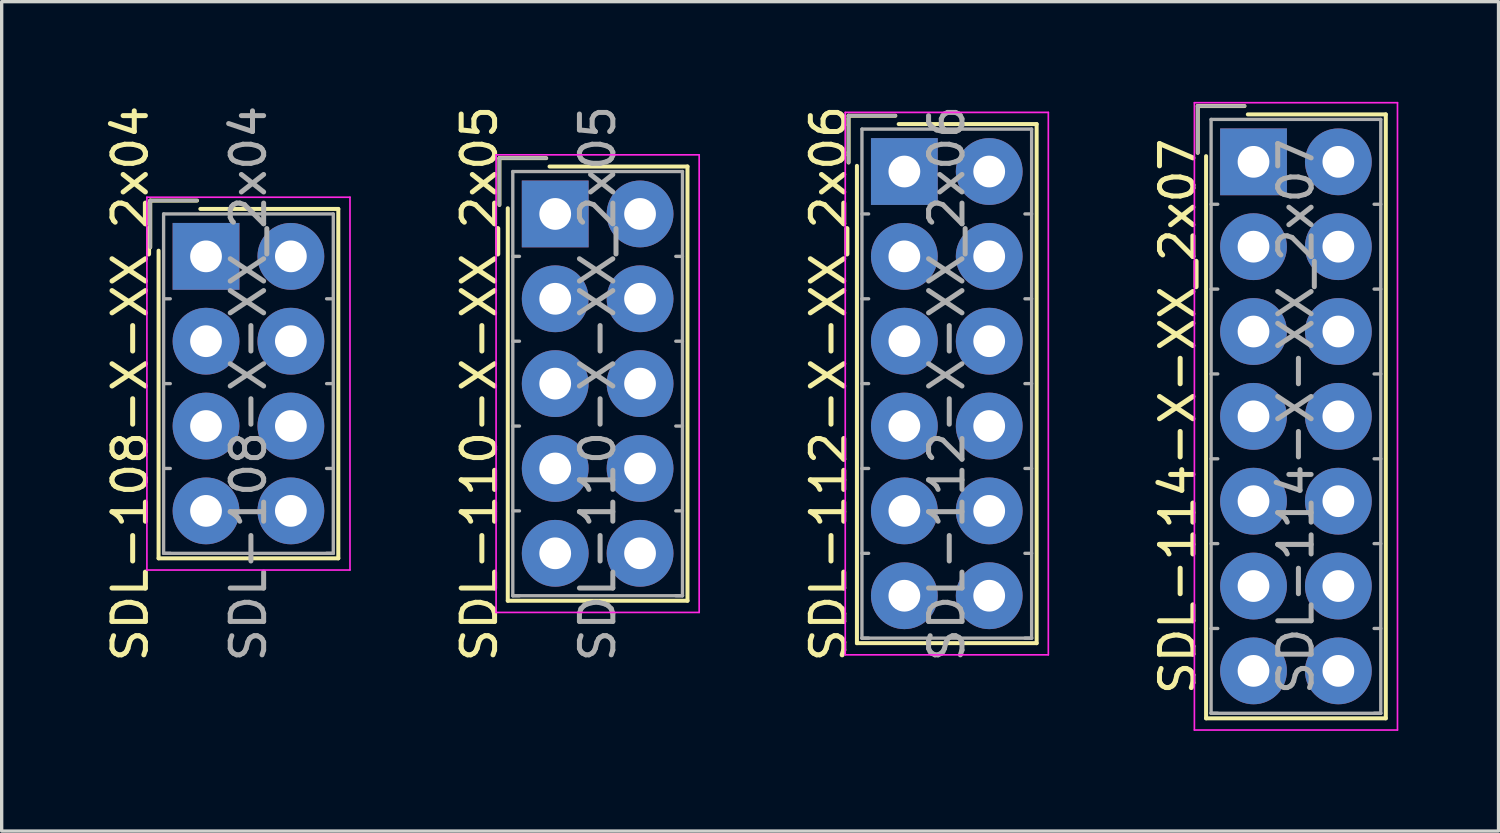
<source format=kicad_pcb>
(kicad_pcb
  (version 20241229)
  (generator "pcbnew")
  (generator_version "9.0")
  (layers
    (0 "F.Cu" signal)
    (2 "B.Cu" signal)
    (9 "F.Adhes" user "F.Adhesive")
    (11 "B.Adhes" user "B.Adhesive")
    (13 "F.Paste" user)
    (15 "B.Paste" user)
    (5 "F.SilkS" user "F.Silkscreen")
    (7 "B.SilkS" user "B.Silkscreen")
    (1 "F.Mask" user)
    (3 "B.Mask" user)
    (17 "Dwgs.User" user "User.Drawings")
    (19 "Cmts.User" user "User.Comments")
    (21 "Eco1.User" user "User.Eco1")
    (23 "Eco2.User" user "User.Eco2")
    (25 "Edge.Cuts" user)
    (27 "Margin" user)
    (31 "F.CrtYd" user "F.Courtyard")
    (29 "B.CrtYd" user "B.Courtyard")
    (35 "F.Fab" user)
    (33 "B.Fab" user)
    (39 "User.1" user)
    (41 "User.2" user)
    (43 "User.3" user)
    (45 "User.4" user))
  (footprint "SDL-110-X-XX_2x05"
    (layer "F.Cu")
    (at 13.572 3.355)
    (property "Reference" "SDL-110-X-XX_2x05" (at -2.27 5.08 90) (layer "F.SilkS") (effects (font (size 1 1) (thickness 0.15))))
    (attr through_hole)
    (fp_line (start -1.67 -1.67) (end -1.67 -0.27) (stroke (width 0.12) (type solid)) (layer "F.SilkS"))
    (fp_line (start -1.42 11.58) (end -1.42 -0.17) (stroke (width 0.12) (type solid)) (layer "F.SilkS"))
    (fp_line (start -0.27 -1.67) (end -1.67 -1.67) (stroke (width 0.12) (type solid)) (layer "F.SilkS"))
    (fp_line (start -0.17 -1.42) (end 3.96 -1.42) (stroke (width 0.12) (type solid)) (layer "F.SilkS"))
    (fp_line (start 3.96 -1.42) (end 3.96 11.58) (stroke (width 0.12) (type solid)) (layer "F.SilkS"))
    (fp_line (start 3.96 11.58) (end -1.42 11.58) (stroke (width 0.12) (type solid)) (layer "F.SilkS"))
    (fp_line (start -1.77 -1.77) (end -1.77 11.93) (stroke (width 0.05) (type solid)) (layer "F.CrtYd"))
    (fp_line (start -1.77 11.93) (end 4.31 11.93) (stroke (width 0.05) (type solid)) (layer "F.CrtYd"))
    (fp_line (start 4.31 -1.77) (end -1.77 -1.77) (stroke (width 0.05) (type solid)) (layer "F.CrtYd"))
    (fp_line (start 4.31 11.93) (end 4.31 -1.77) (stroke (width 0.05) (type solid)) (layer "F.CrtYd"))
    (fp_line (start -1.67 -1.67) (end -1.67 -0.27) (stroke (width 0.1) (type solid)) (layer "F.Fab"))
    (fp_line (start -1.27 -1.27) (end -1.27 11.43) (stroke (width 0.1) (type solid)) (layer "F.Fab"))
    (fp_line (start -1.27 1.27) (end -1.07 1.27) (stroke (width 0.1) (type solid)) (layer "F.Fab"))
    (fp_line (start -1.27 3.81) (end -1.07 3.81) (stroke (width 0.1) (type solid)) (layer "F.Fab"))
    (fp_line (start -1.27 6.35) (end -1.07 6.35) (stroke (width 0.1) (type solid)) (layer "F.Fab"))
    (fp_line (start -1.27 8.89) (end -1.07 8.89) (stroke (width 0.1) (type solid)) (layer "F.Fab"))
    (fp_line (start -1.27 11.43) (end -1.07 11.43) (stroke (width 0.1) (type solid)) (layer "F.Fab"))
    (fp_line (start -1.27 11.43) (end 3.81 11.43) (stroke (width 0.1) (type solid)) (layer "F.Fab"))
    (fp_line (start -0.27 -1.67) (end -1.67 -1.67) (stroke (width 0.1) (type solid)) (layer "F.Fab"))
    (fp_line (start 3.81 -1.27) (end -1.27 -1.27) (stroke (width 0.1) (type solid)) (layer "F.Fab"))
    (fp_line (start 3.81 1.27) (end 3.61 1.27) (stroke (width 0.1) (type solid)) (layer "F.Fab"))
    (fp_line (start 3.81 3.81) (end 3.61 3.81) (stroke (width 0.1) (type solid)) (layer "F.Fab"))
    (fp_line (start 3.81 6.35) (end 3.61 6.35) (stroke (width 0.1) (type solid)) (layer "F.Fab"))
    (fp_line (start 3.81 8.89) (end 3.61 8.89) (stroke (width 0.1) (type solid)) (layer "F.Fab"))
    (fp_line (start 3.81 11.43) (end 3.61 11.43) (stroke (width 0.1) (type solid)) (layer "F.Fab"))
    (fp_line (start 3.81 11.43) (end 3.81 -1.27) (stroke (width 0.1) (type solid)) (layer "F.Fab"))
    (fp_text user "${REFERENCE}" (at 1.27 5.08 90) (layer "F.Fab") (effects (font (size 1 1) (thickness 0.15))))
    (pad "1" thru_hole rect (at 0 0) (size 2 2) (drill 0.95) (layers "*.Cu" "*.Mask"))
    (pad "2" thru_hole circle (at 2.54 0) (size 2 2) (drill 0.95) (layers "*.Cu" "*.Mask"))
    (pad "3" thru_hole circle (at 0 2.54) (size 2 2) (drill 0.95) (layers "*.Cu" "*.Mask"))
    (pad "4" thru_hole circle (at 2.54 2.54) (size 2 2) (drill 0.95) (layers "*.Cu" "*.Mask"))
    (pad "5" thru_hole circle (at 0 5.08) (size 2 2) (drill 0.95) (layers "*.Cu" "*.Mask"))
    (pad "6" thru_hole circle (at 2.54 5.08) (size 2 2) (drill 0.95) (layers "*.Cu" "*.Mask"))
    (pad "7" thru_hole circle (at 0 7.62) (size 2 2) (drill 0.95) (layers "*.Cu" "*.Mask"))
    (pad "8" thru_hole circle (at 2.54 7.62) (size 2 2) (drill 0.95) (layers "*.Cu" "*.Mask"))
    (pad "9" thru_hole circle (at 0 10.16) (size 2 2) (drill 0.95) (layers "*.Cu" "*.Mask"))
    (pad "10" thru_hole circle (at 2.54 10.16) (size 2 2) (drill 0.95) (layers "*.Cu" "*.Mask")))
  (footprint "SDL-114-X-XX_2x07"
    (layer "F.Cu")
    (at 34.478 1.795)
    (property "Reference" "SDL-114-X-XX_2x07" (at -2.27 7.62 90) (layer "F.SilkS") (effects (font (size 1 1) (thickness 0.15))))
    (attr through_hole)
    (fp_line (start -1.67 -1.67) (end -1.67 -0.27) (stroke (width 0.12) (type solid)) (layer "F.SilkS"))
    (fp_line (start -1.42 16.66) (end -1.42 -0.17) (stroke (width 0.12) (type solid)) (layer "F.SilkS"))
    (fp_line (start -0.27 -1.67) (end -1.67 -1.67) (stroke (width 0.12) (type solid)) (layer "F.SilkS"))
    (fp_line (start -0.17 -1.42) (end 3.96 -1.42) (stroke (width 0.12) (type solid)) (layer "F.SilkS"))
    (fp_line (start 3.96 -1.42) (end 3.96 16.66) (stroke (width 0.12) (type solid)) (layer "F.SilkS"))
    (fp_line (start 3.96 16.66) (end -1.42 16.66) (stroke (width 0.12) (type solid)) (layer "F.SilkS"))
    (fp_line (start -1.77 -1.77) (end -1.77 17.01) (stroke (width 0.05) (type solid)) (layer "F.CrtYd"))
    (fp_line (start -1.77 17.01) (end 4.31 17.01) (stroke (width 0.05) (type solid)) (layer "F.CrtYd"))
    (fp_line (start 4.31 -1.77) (end -1.77 -1.77) (stroke (width 0.05) (type solid)) (layer "F.CrtYd"))
    (fp_line (start 4.31 17.01) (end 4.31 -1.77) (stroke (width 0.05) (type solid)) (layer "F.CrtYd"))
    (fp_line (start -1.67 -1.67) (end -1.67 -0.27) (stroke (width 0.1) (type solid)) (layer "F.Fab"))
    (fp_line (start -1.27 -1.27) (end -1.27 16.51) (stroke (width 0.1) (type solid)) (layer "F.Fab"))
    (fp_line (start -1.27 1.27) (end -1.07 1.27) (stroke (width 0.1) (type solid)) (layer "F.Fab"))
    (fp_line (start -1.27 3.81) (end -1.07 3.81) (stroke (width 0.1) (type solid)) (layer "F.Fab"))
    (fp_line (start -1.27 6.35) (end -1.07 6.35) (stroke (width 0.1) (type solid)) (layer "F.Fab"))
    (fp_line (start -1.27 8.89) (end -1.07 8.89) (stroke (width 0.1) (type solid)) (layer "F.Fab"))
    (fp_line (start -1.27 11.43) (end -1.07 11.43) (stroke (width 0.1) (type solid)) (layer "F.Fab"))
    (fp_line (start -1.27 13.97) (end -1.07 13.97) (stroke (width 0.1) (type solid)) (layer "F.Fab"))
    (fp_line (start -1.27 16.51) (end -1.07 16.51) (stroke (width 0.1) (type solid)) (layer "F.Fab"))
    (fp_line (start -1.27 16.51) (end 3.81 16.51) (stroke (width 0.1) (type solid)) (layer "F.Fab"))
    (fp_line (start -0.27 -1.67) (end -1.67 -1.67) (stroke (width 0.1) (type solid)) (layer "F.Fab"))
    (fp_line (start 3.81 -1.27) (end -1.27 -1.27) (stroke (width 0.1) (type solid)) (layer "F.Fab"))
    (fp_line (start 3.81 1.27) (end 3.61 1.27) (stroke (width 0.1) (type solid)) (layer "F.Fab"))
    (fp_line (start 3.81 3.81) (end 3.61 3.81) (stroke (width 0.1) (type solid)) (layer "F.Fab"))
    (fp_line (start 3.81 6.35) (end 3.61 6.35) (stroke (width 0.1) (type solid)) (layer "F.Fab"))
    (fp_line (start 3.81 8.89) (end 3.61 8.89) (stroke (width 0.1) (type solid)) (layer "F.Fab"))
    (fp_line (start 3.81 11.43) (end 3.61 11.43) (stroke (width 0.1) (type solid)) (layer "F.Fab"))
    (fp_line (start 3.81 13.97) (end 3.61 13.97) (stroke (width 0.1) (type solid)) (layer "F.Fab"))
    (fp_line (start 3.81 16.51) (end 3.61 16.51) (stroke (width 0.1) (type solid)) (layer "F.Fab"))
    (fp_line (start 3.81 16.51) (end 3.81 -1.27) (stroke (width 0.1) (type solid)) (layer "F.Fab"))
    (fp_text user "${REFERENCE}" (at 1.27 7.62 90) (layer "F.Fab") (effects (font (size 1 1) (thickness 0.15))))
    (pad "1" thru_hole rect (at 0 0) (size 2 2) (drill 0.95) (layers "*.Cu" "*.Mask"))
    (pad "2" thru_hole circle (at 2.54 0) (size 2 2) (drill 0.95) (layers "*.Cu" "*.Mask"))
    (pad "3" thru_hole circle (at 0 2.54) (size 2 2) (drill 0.95) (layers "*.Cu" "*.Mask"))
    (pad "4" thru_hole circle (at 2.54 2.54) (size 2 2) (drill 0.95) (layers "*.Cu" "*.Mask"))
    (pad "5" thru_hole circle (at 0 5.08) (size 2 2) (drill 0.95) (layers "*.Cu" "*.Mask"))
    (pad "6" thru_hole circle (at 2.54 5.08) (size 2 2) (drill 0.95) (layers "*.Cu" "*.Mask"))
    (pad "7" thru_hole circle (at 0 7.62) (size 2 2) (drill 0.95) (layers "*.Cu" "*.Mask"))
    (pad "8" thru_hole circle (at 2.54 7.62) (size 2 2) (drill 0.95) (layers "*.Cu" "*.Mask"))
    (pad "9" thru_hole circle (at 0 10.16) (size 2 2) (drill 0.95) (layers "*.Cu" "*.Mask"))
    (pad "10" thru_hole circle (at 2.54 10.16) (size 2 2) (drill 0.95) (layers "*.Cu" "*.Mask"))
    (pad "11" thru_hole circle (at 0 12.7) (size 2 2) (drill 0.95) (layers "*.Cu" "*.Mask"))
    (pad "12" thru_hole circle (at 2.54 12.7) (size 2 2) (drill 0.95) (layers "*.Cu" "*.Mask"))
    (pad "13" thru_hole circle (at 0 15.24) (size 2 2) (drill 0.95) (layers "*.Cu" "*.Mask"))
    (pad "14" thru_hole circle (at 2.54 15.24) (size 2 2) (drill 0.95) (layers "*.Cu" "*.Mask")))
  (footprint "SDL-112-X-XX_2x06"
    (layer "F.Cu")
    (at 24.025 2.085)
    (property "Reference" "SDL-112-X-XX_2x06" (at -2.27 6.35 90) (layer "F.SilkS") (effects (font (size 1 1) (thickness 0.15))))
    (attr through_hole)
    (fp_line (start -1.67 -1.67) (end -1.67 -0.27) (stroke (width 0.12) (type solid)) (layer "F.SilkS"))
    (fp_line (start -1.42 14.12) (end -1.42 -0.17) (stroke (width 0.12) (type solid)) (layer "F.SilkS"))
    (fp_line (start -0.27 -1.67) (end -1.67 -1.67) (stroke (width 0.12) (type solid)) (layer "F.SilkS"))
    (fp_line (start -0.17 -1.42) (end 3.96 -1.42) (stroke (width 0.12) (type solid)) (layer "F.SilkS"))
    (fp_line (start 3.96 -1.42) (end 3.96 14.12) (stroke (width 0.12) (type solid)) (layer "F.SilkS"))
    (fp_line (start 3.96 14.12) (end -1.42 14.12) (stroke (width 0.12) (type solid)) (layer "F.SilkS"))
    (fp_line (start -1.77 -1.77) (end -1.77 14.47) (stroke (width 0.05) (type solid)) (layer "F.CrtYd"))
    (fp_line (start -1.77 14.47) (end 4.31 14.47) (stroke (width 0.05) (type solid)) (layer "F.CrtYd"))
    (fp_line (start 4.31 -1.77) (end -1.77 -1.77) (stroke (width 0.05) (type solid)) (layer "F.CrtYd"))
    (fp_line (start 4.31 14.47) (end 4.31 -1.77) (stroke (width 0.05) (type solid)) (layer "F.CrtYd"))
    (fp_line (start -1.67 -1.67) (end -1.67 -0.27) (stroke (width 0.1) (type solid)) (layer "F.Fab"))
    (fp_line (start -1.27 -1.27) (end -1.27 13.97) (stroke (width 0.1) (type solid)) (layer "F.Fab"))
    (fp_line (start -1.27 1.27) (end -1.07 1.27) (stroke (width 0.1) (type solid)) (layer "F.Fab"))
    (fp_line (start -1.27 3.81) (end -1.07 3.81) (stroke (width 0.1) (type solid)) (layer "F.Fab"))
    (fp_line (start -1.27 6.35) (end -1.07 6.35) (stroke (width 0.1) (type solid)) (layer "F.Fab"))
    (fp_line (start -1.27 8.89) (end -1.07 8.89) (stroke (width 0.1) (type solid)) (layer "F.Fab"))
    (fp_line (start -1.27 11.43) (end -1.07 11.43) (stroke (width 0.1) (type solid)) (layer "F.Fab"))
    (fp_line (start -1.27 13.97) (end -1.07 13.97) (stroke (width 0.1) (type solid)) (layer "F.Fab"))
    (fp_line (start -1.27 13.97) (end 3.81 13.97) (stroke (width 0.1) (type solid)) (layer "F.Fab"))
    (fp_line (start -0.27 -1.67) (end -1.67 -1.67) (stroke (width 0.1) (type solid)) (layer "F.Fab"))
    (fp_line (start 3.81 -1.27) (end -1.27 -1.27) (stroke (width 0.1) (type solid)) (layer "F.Fab"))
    (fp_line (start 3.81 1.27) (end 3.61 1.27) (stroke (width 0.1) (type solid)) (layer "F.Fab"))
    (fp_line (start 3.81 3.81) (end 3.61 3.81) (stroke (width 0.1) (type solid)) (layer "F.Fab"))
    (fp_line (start 3.81 6.35) (end 3.61 6.35) (stroke (width 0.1) (type solid)) (layer "F.Fab"))
    (fp_line (start 3.81 8.89) (end 3.61 8.89) (stroke (width 0.1) (type solid)) (layer "F.Fab"))
    (fp_line (start 3.81 11.43) (end 3.61 11.43) (stroke (width 0.1) (type solid)) (layer "F.Fab"))
    (fp_line (start 3.81 13.97) (end 3.61 13.97) (stroke (width 0.1) (type solid)) (layer "F.Fab"))
    (fp_line (start 3.81 13.97) (end 3.81 -1.27) (stroke (width 0.1) (type solid)) (layer "F.Fab"))
    (fp_text user "${REFERENCE}" (at 1.27 6.35 90) (layer "F.Fab") (effects (font (size 1 1) (thickness 0.15))))
    (pad "1" thru_hole rect (at 0 0) (size 2 2) (drill 0.95) (layers "*.Cu" "*.Mask"))
    (pad "2" thru_hole circle (at 2.54 0) (size 2 2) (drill 0.95) (layers "*.Cu" "*.Mask"))
    (pad "3" thru_hole circle (at 0 2.54) (size 2 2) (drill 0.95) (layers "*.Cu" "*.Mask"))
    (pad "4" thru_hole circle (at 2.54 2.54) (size 2 2) (drill 0.95) (layers "*.Cu" "*.Mask"))
    (pad "5" thru_hole circle (at 0 5.08) (size 2 2) (drill 0.95) (layers "*.Cu" "*.Mask"))
    (pad "6" thru_hole circle (at 2.54 5.08) (size 2 2) (drill 0.95) (layers "*.Cu" "*.Mask"))
    (pad "7" thru_hole circle (at 0 7.62) (size 2 2) (drill 0.95) (layers "*.Cu" "*.Mask"))
    (pad "8" thru_hole circle (at 2.54 7.62) (size 2 2) (drill 0.95) (layers "*.Cu" "*.Mask"))
    (pad "9" thru_hole circle (at 0 10.16) (size 2 2) (drill 0.95) (layers "*.Cu" "*.Mask"))
    (pad "10" thru_hole circle (at 2.54 10.16) (size 2 2) (drill 0.95) (layers "*.Cu" "*.Mask"))
    (pad "11" thru_hole circle (at 0 12.7) (size 2 2) (drill 0.95) (layers "*.Cu" "*.Mask"))
    (pad "12" thru_hole circle (at 2.54 12.7) (size 2 2) (drill 0.95) (layers "*.Cu" "*.Mask")))
  (footprint "SDL-108-X-XX_2x04"
    (layer "F.Cu")
    (at 3.118 4.625)
    (property "Reference" "SDL-108-X-XX_2x04" (at -2.27 3.81 90) (layer "F.SilkS") (effects (font (size 1 1) (thickness 0.15))))
    (attr through_hole)
    (fp_line (start -1.67 -1.67) (end -1.67 -0.27) (stroke (width 0.12) (type solid)) (layer "F.SilkS"))
    (fp_line (start -1.42 9.04) (end -1.42 -0.17) (stroke (width 0.12) (type solid)) (layer "F.SilkS"))
    (fp_line (start -0.27 -1.67) (end -1.67 -1.67) (stroke (width 0.12) (type solid)) (layer "F.SilkS"))
    (fp_line (start -0.17 -1.42) (end 3.96 -1.42) (stroke (width 0.12) (type solid)) (layer "F.SilkS"))
    (fp_line (start 3.96 -1.42) (end 3.96 9.04) (stroke (width 0.12) (type solid)) (layer "F.SilkS"))
    (fp_line (start 3.96 9.04) (end -1.42 9.04) (stroke (width 0.12) (type solid)) (layer "F.SilkS"))
    (fp_line (start -1.77 -1.77) (end -1.77 9.39) (stroke (width 0.05) (type solid)) (layer "F.CrtYd"))
    (fp_line (start -1.77 9.39) (end 4.31 9.39) (stroke (width 0.05) (type solid)) (layer "F.CrtYd"))
    (fp_line (start 4.31 -1.77) (end -1.77 -1.77) (stroke (width 0.05) (type solid)) (layer "F.CrtYd"))
    (fp_line (start 4.31 9.39) (end 4.31 -1.77) (stroke (width 0.05) (type solid)) (layer "F.CrtYd"))
    (fp_line (start -1.67 -1.67) (end -1.67 -0.27) (stroke (width 0.1) (type solid)) (layer "F.Fab"))
    (fp_line (start -1.27 -1.27) (end -1.27 8.89) (stroke (width 0.1) (type solid)) (layer "F.Fab"))
    (fp_line (start -1.27 1.27) (end -1.07 1.27) (stroke (width 0.1) (type solid)) (layer "F.Fab"))
    (fp_line (start -1.27 3.81) (end -1.07 3.81) (stroke (width 0.1) (type solid)) (layer "F.Fab"))
    (fp_line (start -1.27 6.35) (end -1.07 6.35) (stroke (width 0.1) (type solid)) (layer "F.Fab"))
    (fp_line (start -1.27 8.89) (end -1.07 8.89) (stroke (width 0.1) (type solid)) (layer "F.Fab"))
    (fp_line (start -1.27 8.89) (end 3.81 8.89) (stroke (width 0.1) (type solid)) (layer "F.Fab"))
    (fp_line (start -0.27 -1.67) (end -1.67 -1.67) (stroke (width 0.1) (type solid)) (layer "F.Fab"))
    (fp_line (start 3.81 -1.27) (end -1.27 -1.27) (stroke (width 0.1) (type solid)) (layer "F.Fab"))
    (fp_line (start 3.81 1.27) (end 3.61 1.27) (stroke (width 0.1) (type solid)) (layer "F.Fab"))
    (fp_line (start 3.81 3.81) (end 3.61 3.81) (stroke (width 0.1) (type solid)) (layer "F.Fab"))
    (fp_line (start 3.81 6.35) (end 3.61 6.35) (stroke (width 0.1) (type solid)) (layer "F.Fab"))
    (fp_line (start 3.81 8.89) (end 3.61 8.89) (stroke (width 0.1) (type solid)) (layer "F.Fab"))
    (fp_line (start 3.81 8.89) (end 3.81 -1.27) (stroke (width 0.1) (type solid)) (layer "F.Fab"))
    (fp_text user "${REFERENCE}" (at 1.27 3.81 90) (layer "F.Fab") (effects (font (size 1 1) (thickness 0.15))))
    (pad "1" thru_hole rect (at 0 0) (size 2 2) (drill 0.95) (layers "*.Cu" "*.Mask"))
    (pad "2" thru_hole circle (at 2.54 0) (size 2 2) (drill 0.95) (layers "*.Cu" "*.Mask"))
    (pad "3" thru_hole circle (at 0 2.54) (size 2 2) (drill 0.95) (layers "*.Cu" "*.Mask"))
    (pad "4" thru_hole circle (at 2.54 2.54) (size 2 2) (drill 0.95) (layers "*.Cu" "*.Mask"))
    (pad "5" thru_hole circle (at 0 5.08) (size 2 2) (drill 0.95) (layers "*.Cu" "*.Mask"))
    (pad "6" thru_hole circle (at 2.54 5.08) (size 2 2) (drill 0.95) (layers "*.Cu" "*.Mask"))
    (pad "7" thru_hole circle (at 0 7.62) (size 2 2) (drill 0.95) (layers "*.Cu" "*.Mask"))
    (pad "8" thru_hole circle (at 2.54 7.62) (size 2 2) (drill 0.95) (layers "*.Cu" "*.Mask")))
  (gr_rect
    (start -3 -3)
    (end 41.813 21.83)
    (stroke (width 0.1) (type default))
    (fill no)
    (layer "Edge.Cuts")))
</source>
